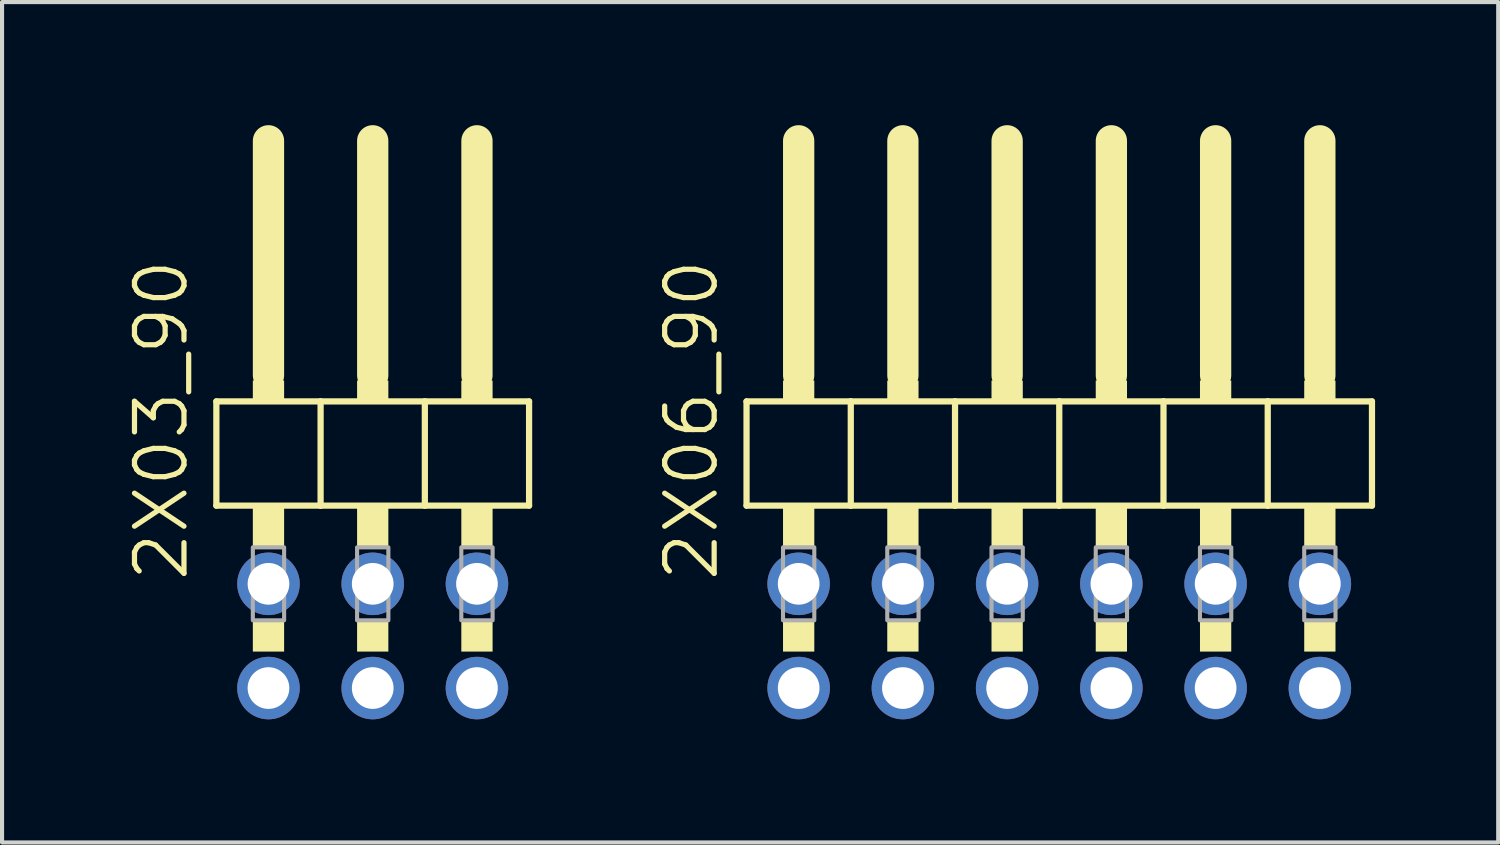
<source format=kicad_pcb>
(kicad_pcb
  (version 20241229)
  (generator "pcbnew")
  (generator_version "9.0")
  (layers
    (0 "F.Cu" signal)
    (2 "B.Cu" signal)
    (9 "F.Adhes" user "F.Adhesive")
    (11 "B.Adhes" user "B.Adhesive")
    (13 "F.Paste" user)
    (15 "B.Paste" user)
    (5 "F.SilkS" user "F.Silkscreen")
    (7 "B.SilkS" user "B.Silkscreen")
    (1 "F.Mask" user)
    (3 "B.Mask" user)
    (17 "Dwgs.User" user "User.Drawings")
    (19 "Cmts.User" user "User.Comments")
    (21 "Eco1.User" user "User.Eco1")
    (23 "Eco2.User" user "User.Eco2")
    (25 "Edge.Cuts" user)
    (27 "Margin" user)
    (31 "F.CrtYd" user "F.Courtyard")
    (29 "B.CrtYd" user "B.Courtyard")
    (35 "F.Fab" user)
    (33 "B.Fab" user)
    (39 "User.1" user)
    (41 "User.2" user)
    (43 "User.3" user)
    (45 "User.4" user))
  (footprint "2X03_90"
    (layer "F.Cu")
    (at 6.032 7.366)
    (property "Reference" "2X03_90" (at -4.445 3.81 90) (layer "F.SilkS") (effects (font (size 1.206 1.206) (thickness 0.127)) (justify left bottom)))
    (attr through_hole)
    (fp_line (start -3.81 -0.635) (end -3.81 1.905) (stroke (width 0.152) (type solid)) (layer "F.SilkS"))
    (fp_line (start -3.81 1.905) (end -1.27 1.905) (stroke (width 0.152) (type solid)) (layer "F.SilkS"))
    (fp_line (start -2.54 -6.985) (end -2.54 -1.27) (stroke (width 0.762) (type solid)) (layer "F.SilkS"))
    (fp_line (start -1.27 -0.635) (end -3.81 -0.635) (stroke (width 0.152) (type solid)) (layer "F.SilkS"))
    (fp_line (start -1.27 1.905) (end -1.27 -0.635) (stroke (width 0.152) (type solid)) (layer "F.SilkS"))
    (fp_line (start -1.27 1.905) (end 1.27 1.905) (stroke (width 0.152) (type solid)) (layer "F.SilkS"))
    (fp_line (start 0 -6.985) (end 0 -1.27) (stroke (width 0.762) (type solid)) (layer "F.SilkS"))
    (fp_line (start 1.27 -0.635) (end -1.27 -0.635) (stroke (width 0.152) (type solid)) (layer "F.SilkS"))
    (fp_line (start 1.27 1.905) (end 1.27 -0.635) (stroke (width 0.152) (type solid)) (layer "F.SilkS"))
    (fp_line (start 1.27 1.905) (end 3.81 1.905) (stroke (width 0.152) (type solid)) (layer "F.SilkS"))
    (fp_line (start 2.54 -6.985) (end 2.54 -1.27) (stroke (width 0.762) (type solid)) (layer "F.SilkS"))
    (fp_line (start 3.81 -0.635) (end 1.27 -0.635) (stroke (width 0.152) (type solid)) (layer "F.SilkS"))
    (fp_line (start 3.81 1.905) (end 3.81 -0.635) (stroke (width 0.152) (type solid)) (layer "F.SilkS"))
    (fp_poly (pts (xy -2.921 -0.635) (xy -2.159 -0.635) (xy -2.159 -1.143) (xy -2.921 -1.143)) (stroke (width 0) (type solid)) (fill yes) (layer "F.SilkS"))
    (fp_poly (pts (xy -2.921 2.921) (xy -2.159 2.921) (xy -2.159 1.905) (xy -2.921 1.905)) (stroke (width 0) (type solid)) (fill yes) (layer "F.SilkS"))
    (fp_poly (pts (xy -2.921 5.461) (xy -2.159 5.461) (xy -2.159 4.699) (xy -2.921 4.699)) (stroke (width 0) (type solid)) (fill yes) (layer "F.SilkS"))
    (fp_poly (pts (xy -0.381 -0.635) (xy 0.381 -0.635) (xy 0.381 -1.143) (xy -0.381 -1.143)) (stroke (width 0) (type solid)) (fill yes) (layer "F.SilkS"))
    (fp_poly (pts (xy -0.381 2.921) (xy 0.381 2.921) (xy 0.381 1.905) (xy -0.381 1.905)) (stroke (width 0) (type solid)) (fill yes) (layer "F.SilkS"))
    (fp_poly (pts (xy -0.381 5.461) (xy 0.381 5.461) (xy 0.381 4.699) (xy -0.381 4.699)) (stroke (width 0) (type solid)) (fill yes) (layer "F.SilkS"))
    (fp_poly (pts (xy 2.159 -0.635) (xy 2.921 -0.635) (xy 2.921 -1.143) (xy 2.159 -1.143)) (stroke (width 0) (type solid)) (fill yes) (layer "F.SilkS"))
    (fp_poly (pts (xy 2.159 2.921) (xy 2.921 2.921) (xy 2.921 1.905) (xy 2.159 1.905)) (stroke (width 0) (type solid)) (fill yes) (layer "F.SilkS"))
    (fp_poly (pts (xy 2.159 5.461) (xy 2.921 5.461) (xy 2.921 4.699) (xy 2.159 4.699)) (stroke (width 0) (type solid)) (fill yes) (layer "F.SilkS"))
    (fp_poly (pts (xy -2.921 4.699) (xy -2.159 4.699) (xy -2.159 2.921) (xy -2.921 2.921)) (stroke (width 0.1) (type solid)) (fill no) (layer "F.Fab"))
    (fp_poly (pts (xy -0.381 4.699) (xy 0.381 4.699) (xy 0.381 2.921) (xy -0.381 2.921)) (stroke (width 0.1) (type solid)) (fill no) (layer "F.Fab"))
    (fp_poly (pts (xy 2.159 4.699) (xy 2.921 4.699) (xy 2.921 2.921) (xy 2.159 2.921)) (stroke (width 0.1) (type solid)) (fill no) (layer "F.Fab"))
    (pad "1" thru_hole circle (at -2.54 6.35) (size 1.524 1.524) (drill 1.016) (layers "*.Cu" "*.Mask"))
    (pad "2" thru_hole circle (at -2.54 3.81) (size 1.524 1.524) (drill 1.016) (layers "*.Cu" "*.Mask"))
    (pad "3" thru_hole circle (at 0 6.35) (size 1.524 1.524) (drill 1.016) (layers "*.Cu" "*.Mask"))
    (pad "4" thru_hole circle (at 0 3.81) (size 1.524 1.524) (drill 1.016) (layers "*.Cu" "*.Mask"))
    (pad "5" thru_hole circle (at 2.54 6.35) (size 1.524 1.524) (drill 1.016) (layers "*.Cu" "*.Mask"))
    (pad "6" thru_hole circle (at 2.54 3.81) (size 1.524 1.524) (drill 1.016) (layers "*.Cu" "*.Mask")))
  (footprint "2X06_90"
    (layer "F.Cu")
    (at 22.761 7.366)
    (property "Reference" "2X06_90" (at -8.255 3.81 90) (layer "F.SilkS") (effects (font (size 1.206 1.206) (thickness 0.127)) (justify left bottom)))
    (attr through_hole)
    (fp_line (start -7.62 -0.635) (end -7.62 1.905) (stroke (width 0.152) (type solid)) (layer "F.SilkS"))
    (fp_line (start -7.62 1.905) (end -5.08 1.905) (stroke (width 0.152) (type solid)) (layer "F.SilkS"))
    (fp_line (start -6.35 -6.985) (end -6.35 -1.27) (stroke (width 0.762) (type solid)) (layer "F.SilkS"))
    (fp_line (start -5.08 -0.635) (end -7.62 -0.635) (stroke (width 0.152) (type solid)) (layer "F.SilkS"))
    (fp_line (start -5.08 1.905) (end -5.08 -0.635) (stroke (width 0.152) (type solid)) (layer "F.SilkS"))
    (fp_line (start -5.08 1.905) (end -2.54 1.905) (stroke (width 0.152) (type solid)) (layer "F.SilkS"))
    (fp_line (start -3.81 -6.985) (end -3.81 -1.27) (stroke (width 0.762) (type solid)) (layer "F.SilkS"))
    (fp_line (start -2.54 -0.635) (end -5.08 -0.635) (stroke (width 0.152) (type solid)) (layer "F.SilkS"))
    (fp_line (start -2.54 1.905) (end -2.54 -0.635) (stroke (width 0.152) (type solid)) (layer "F.SilkS"))
    (fp_line (start -2.54 1.905) (end 0 1.905) (stroke (width 0.152) (type solid)) (layer "F.SilkS"))
    (fp_line (start -1.27 -6.985) (end -1.27 -1.27) (stroke (width 0.762) (type solid)) (layer "F.SilkS"))
    (fp_line (start 0 -0.635) (end -2.54 -0.635) (stroke (width 0.152) (type solid)) (layer "F.SilkS"))
    (fp_line (start 0 1.905) (end 0 -0.635) (stroke (width 0.152) (type solid)) (layer "F.SilkS"))
    (fp_line (start 0 1.905) (end 2.54 1.905) (stroke (width 0.152) (type solid)) (layer "F.SilkS"))
    (fp_line (start 1.27 -6.985) (end 1.27 -1.27) (stroke (width 0.762) (type solid)) (layer "F.SilkS"))
    (fp_line (start 2.54 -0.635) (end 0 -0.635) (stroke (width 0.152) (type solid)) (layer "F.SilkS"))
    (fp_line (start 2.54 1.905) (end 2.54 -0.635) (stroke (width 0.152) (type solid)) (layer "F.SilkS"))
    (fp_line (start 2.54 1.905) (end 5.08 1.905) (stroke (width 0.152) (type solid)) (layer "F.SilkS"))
    (fp_line (start 3.81 -6.985) (end 3.81 -1.27) (stroke (width 0.762) (type solid)) (layer "F.SilkS"))
    (fp_line (start 5.08 -0.635) (end 2.54 -0.635) (stroke (width 0.152) (type solid)) (layer "F.SilkS"))
    (fp_line (start 5.08 1.905) (end 5.08 -0.635) (stroke (width 0.152) (type solid)) (layer "F.SilkS"))
    (fp_line (start 5.08 1.905) (end 7.62 1.905) (stroke (width 0.152) (type solid)) (layer "F.SilkS"))
    (fp_line (start 6.35 -6.985) (end 6.35 -1.27) (stroke (width 0.762) (type solid)) (layer "F.SilkS"))
    (fp_line (start 7.62 -0.635) (end 5.08 -0.635) (stroke (width 0.152) (type solid)) (layer "F.SilkS"))
    (fp_line (start 7.62 1.905) (end 7.62 -0.635) (stroke (width 0.152) (type solid)) (layer "F.SilkS"))
    (fp_poly (pts (xy -6.731 -0.635) (xy -5.969 -0.635) (xy -5.969 -1.143) (xy -6.731 -1.143)) (stroke (width 0) (type solid)) (fill yes) (layer "F.SilkS"))
    (fp_poly (pts (xy -6.731 2.921) (xy -5.969 2.921) (xy -5.969 1.905) (xy -6.731 1.905)) (stroke (width 0) (type solid)) (fill yes) (layer "F.SilkS"))
    (fp_poly (pts (xy -6.731 5.461) (xy -5.969 5.461) (xy -5.969 4.699) (xy -6.731 4.699)) (stroke (width 0) (type solid)) (fill yes) (layer "F.SilkS"))
    (fp_poly (pts (xy -4.191 -0.635) (xy -3.429 -0.635) (xy -3.429 -1.143) (xy -4.191 -1.143)) (stroke (width 0) (type solid)) (fill yes) (layer "F.SilkS"))
    (fp_poly (pts (xy -4.191 2.921) (xy -3.429 2.921) (xy -3.429 1.905) (xy -4.191 1.905)) (stroke (width 0) (type solid)) (fill yes) (layer "F.SilkS"))
    (fp_poly (pts (xy -4.191 5.461) (xy -3.429 5.461) (xy -3.429 4.699) (xy -4.191 4.699)) (stroke (width 0) (type solid)) (fill yes) (layer "F.SilkS"))
    (fp_poly (pts (xy -1.651 -0.635) (xy -0.889 -0.635) (xy -0.889 -1.143) (xy -1.651 -1.143)) (stroke (width 0) (type solid)) (fill yes) (layer "F.SilkS"))
    (fp_poly (pts (xy -1.651 2.921) (xy -0.889 2.921) (xy -0.889 1.905) (xy -1.651 1.905)) (stroke (width 0) (type solid)) (fill yes) (layer "F.SilkS"))
    (fp_poly (pts (xy -1.651 5.461) (xy -0.889 5.461) (xy -0.889 4.699) (xy -1.651 4.699)) (stroke (width 0) (type solid)) (fill yes) (layer "F.SilkS"))
    (fp_poly (pts (xy 0.889 -0.635) (xy 1.651 -0.635) (xy 1.651 -1.143) (xy 0.889 -1.143)) (stroke (width 0) (type solid)) (fill yes) (layer "F.SilkS"))
    (fp_poly (pts (xy 0.889 2.921) (xy 1.651 2.921) (xy 1.651 1.905) (xy 0.889 1.905)) (stroke (width 0) (type solid)) (fill yes) (layer "F.SilkS"))
    (fp_poly (pts (xy 0.889 5.461) (xy 1.651 5.461) (xy 1.651 4.699) (xy 0.889 4.699)) (stroke (width 0) (type solid)) (fill yes) (layer "F.SilkS"))
    (fp_poly (pts (xy 3.429 -0.635) (xy 4.191 -0.635) (xy 4.191 -1.143) (xy 3.429 -1.143)) (stroke (width 0) (type solid)) (fill yes) (layer "F.SilkS"))
    (fp_poly (pts (xy 3.429 2.921) (xy 4.191 2.921) (xy 4.191 1.905) (xy 3.429 1.905)) (stroke (width 0) (type solid)) (fill yes) (layer "F.SilkS"))
    (fp_poly (pts (xy 3.429 5.461) (xy 4.191 5.461) (xy 4.191 4.699) (xy 3.429 4.699)) (stroke (width 0) (type solid)) (fill yes) (layer "F.SilkS"))
    (fp_poly (pts (xy 5.969 -0.635) (xy 6.731 -0.635) (xy 6.731 -1.143) (xy 5.969 -1.143)) (stroke (width 0) (type solid)) (fill yes) (layer "F.SilkS"))
    (fp_poly (pts (xy 5.969 2.921) (xy 6.731 2.921) (xy 6.731 1.905) (xy 5.969 1.905)) (stroke (width 0) (type solid)) (fill yes) (layer "F.SilkS"))
    (fp_poly (pts (xy 5.969 5.461) (xy 6.731 5.461) (xy 6.731 4.699) (xy 5.969 4.699)) (stroke (width 0) (type solid)) (fill yes) (layer "F.SilkS"))
    (fp_poly (pts (xy -6.731 4.699) (xy -5.969 4.699) (xy -5.969 2.921) (xy -6.731 2.921)) (stroke (width 0.1) (type solid)) (fill no) (layer "F.Fab"))
    (fp_poly (pts (xy -4.191 4.699) (xy -3.429 4.699) (xy -3.429 2.921) (xy -4.191 2.921)) (stroke (width 0.1) (type solid)) (fill no) (layer "F.Fab"))
    (fp_poly (pts (xy -1.651 4.699) (xy -0.889 4.699) (xy -0.889 2.921) (xy -1.651 2.921)) (stroke (width 0.1) (type solid)) (fill no) (layer "F.Fab"))
    (fp_poly (pts (xy 0.889 4.699) (xy 1.651 4.699) (xy 1.651 2.921) (xy 0.889 2.921)) (stroke (width 0.1) (type solid)) (fill no) (layer "F.Fab"))
    (fp_poly (pts (xy 3.429 4.699) (xy 4.191 4.699) (xy 4.191 2.921) (xy 3.429 2.921)) (stroke (width 0.1) (type solid)) (fill no) (layer "F.Fab"))
    (fp_poly (pts (xy 5.969 4.699) (xy 6.731 4.699) (xy 6.731 2.921) (xy 5.969 2.921)) (stroke (width 0.1) (type solid)) (fill no) (layer "F.Fab"))
    (pad "1" thru_hole circle (at -6.35 6.35) (size 1.524 1.524) (drill 1.016) (layers "*.Cu" "*.Mask"))
    (pad "2" thru_hole circle (at -6.35 3.81) (size 1.524 1.524) (drill 1.016) (layers "*.Cu" "*.Mask"))
    (pad "3" thru_hole circle (at -3.81 6.35) (size 1.524 1.524) (drill 1.016) (layers "*.Cu" "*.Mask"))
    (pad "4" thru_hole circle (at -3.81 3.81) (size 1.524 1.524) (drill 1.016) (layers "*.Cu" "*.Mask"))
    (pad "5" thru_hole circle (at -1.27 6.35) (size 1.524 1.524) (drill 1.016) (layers "*.Cu" "*.Mask"))
    (pad "6" thru_hole circle (at -1.27 3.81) (size 1.524 1.524) (drill 1.016) (layers "*.Cu" "*.Mask"))
    (pad "7" thru_hole circle (at 1.27 6.35) (size 1.524 1.524) (drill 1.016) (layers "*.Cu" "*.Mask"))
    (pad "8" thru_hole circle (at 1.27 3.81) (size 1.524 1.524) (drill 1.016) (layers "*.Cu" "*.Mask"))
    (pad "9" thru_hole circle (at 3.81 6.35) (size 1.524 1.524) (drill 1.016) (layers "*.Cu" "*.Mask"))
    (pad "10" thru_hole circle (at 3.81 3.81) (size 1.524 1.524) (drill 1.016) (layers "*.Cu" "*.Mask"))
    (pad "11" thru_hole circle (at 6.35 6.35) (size 1.524 1.524) (drill 1.016) (layers "*.Cu" "*.Mask"))
    (pad "12" thru_hole circle (at 6.35 3.81) (size 1.524 1.524) (drill 1.016) (layers "*.Cu" "*.Mask")))
  (gr_rect
    (start -3 -3)
    (end 33.457 17.478)
    (stroke (width 0.1) (type default))
    (fill no)
    (layer "Edge.Cuts")))
</source>
